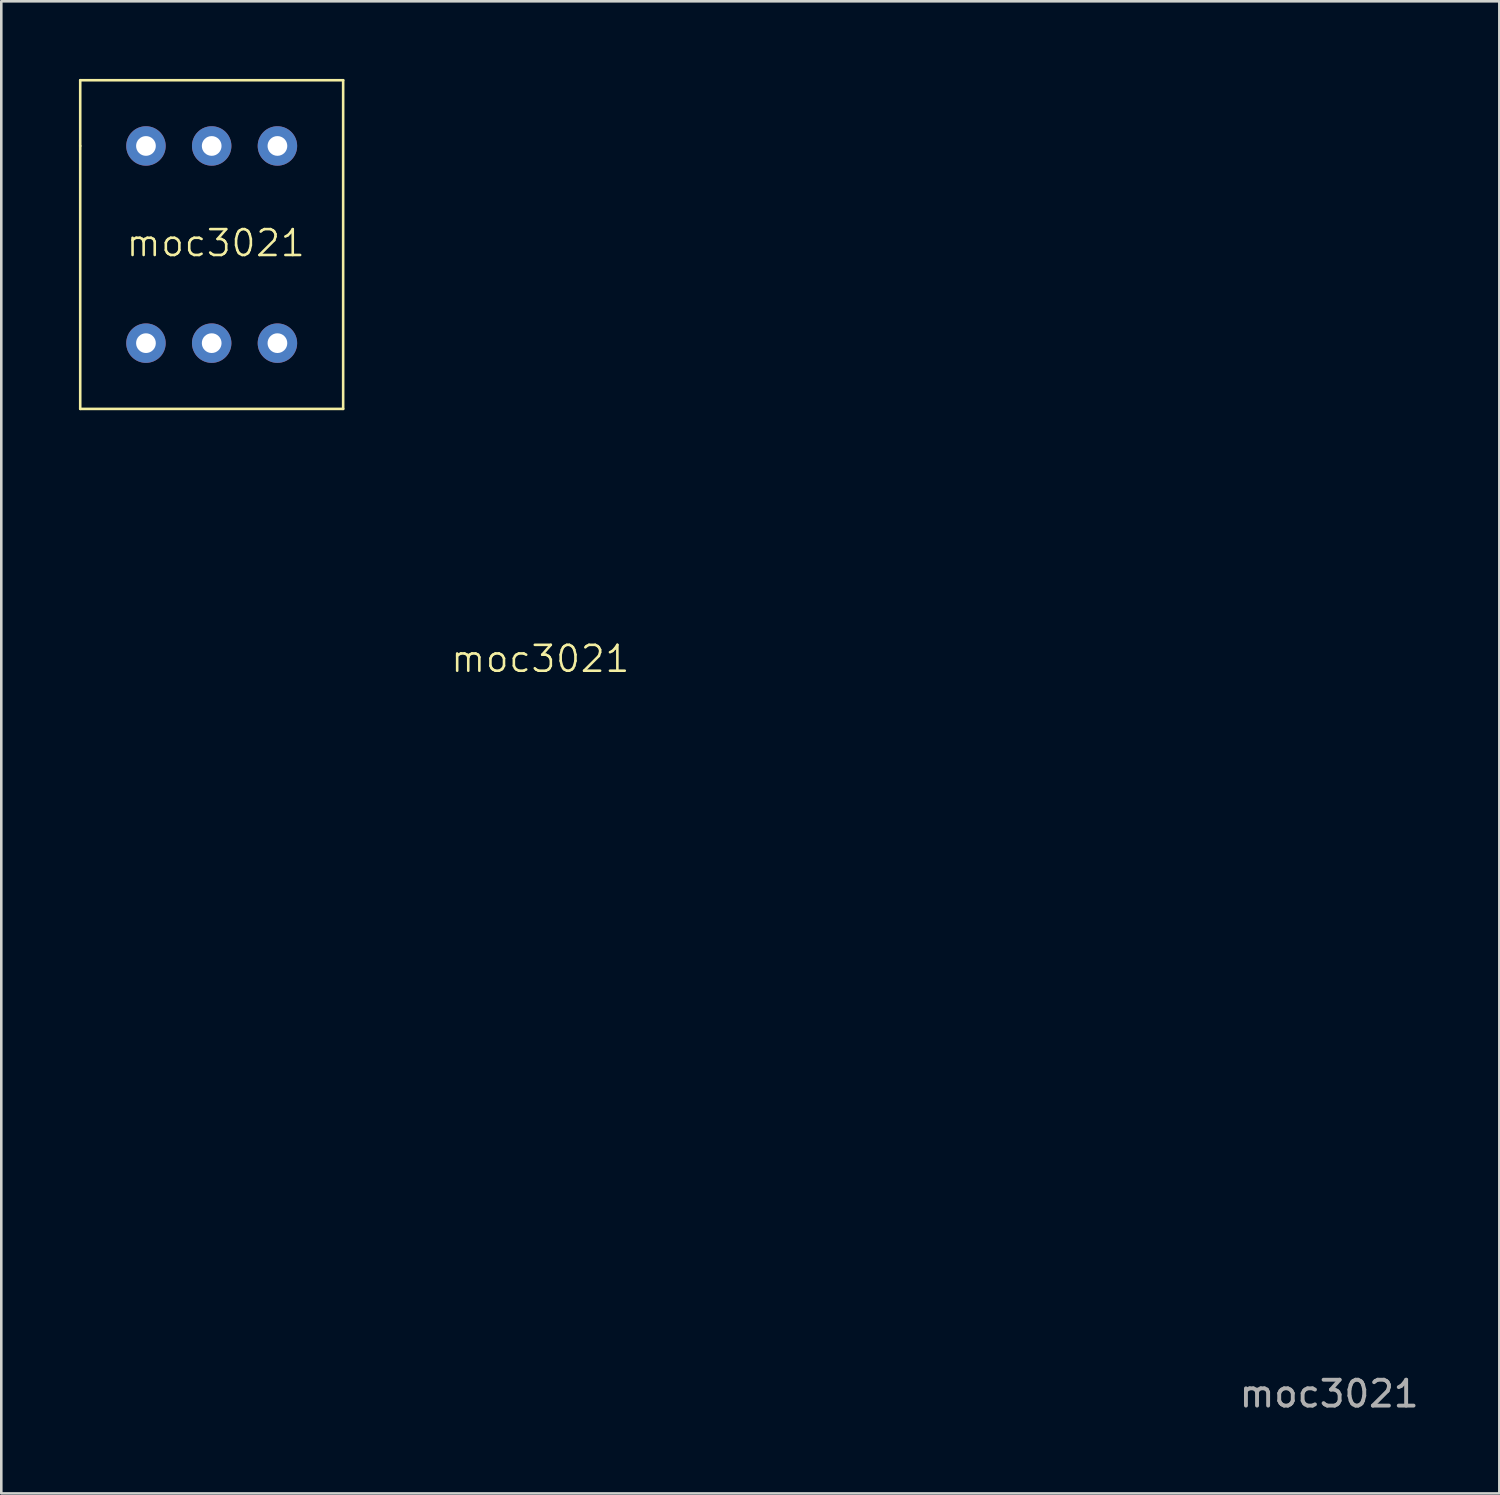
<source format=kicad_pcb>
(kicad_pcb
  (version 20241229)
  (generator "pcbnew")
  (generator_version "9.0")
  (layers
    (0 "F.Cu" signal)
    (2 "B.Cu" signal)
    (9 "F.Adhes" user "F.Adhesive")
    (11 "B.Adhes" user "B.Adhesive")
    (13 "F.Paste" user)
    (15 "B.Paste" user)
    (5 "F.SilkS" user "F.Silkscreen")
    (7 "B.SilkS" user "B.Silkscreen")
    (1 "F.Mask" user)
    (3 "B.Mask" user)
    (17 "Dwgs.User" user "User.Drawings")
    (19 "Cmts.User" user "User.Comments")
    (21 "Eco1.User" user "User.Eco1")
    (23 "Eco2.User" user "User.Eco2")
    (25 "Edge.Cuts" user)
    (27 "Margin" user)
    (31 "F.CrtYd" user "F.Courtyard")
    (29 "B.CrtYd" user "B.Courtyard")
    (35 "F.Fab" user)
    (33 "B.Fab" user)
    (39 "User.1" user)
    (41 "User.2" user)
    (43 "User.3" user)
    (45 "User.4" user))
  (footprint "moc3021"
    (layer "F.Cu")
    (at 48.31 48.31)
    (property "Reference" "moc3021" (at -30.48 -25.9 0) (unlocked yes) (layer "F.SilkS") (effects (font (size 1 1) (thickness 0.1))))
    (attr through_hole)
    (fp_line (start -48.26 -48.26) (end -48.26 -45.72) (stroke (width 0.1) (type default)) (layer "F.SilkS"))
    (fp_line (start -48.26 -45.72) (end -48.26 -35.56) (stroke (width 0.1) (type default)) (layer "F.SilkS"))
    (fp_line (start -48.26 -35.56) (end -38.1 -35.56) (stroke (width 0.1) (type default)) (layer "F.SilkS"))
    (fp_line (start -38.1 -48.26) (end -48.26 -48.26) (stroke (width 0.1) (type default)) (layer "F.SilkS"))
    (fp_line (start -38.1 -35.56) (end -38.1 -48.26) (stroke (width 0.1) (type default)) (layer "F.SilkS"))
    (fp_text user "moc3021" (at -46.542 -41.379 0) (unlocked yes) (layer "F.SilkS") (effects (font (size 1 1) (thickness 0.1)) (justify left bottom)))
    (fp_text user "${REFERENCE}" (at 0 2.5 0) (unlocked yes) (layer "F.Fab") (effects (font (size 1 1) (thickness 0.15))))
    (pad "1" thru_hole circle (at -45.72 -45.72) (size 1.524 1.524) (drill 0.762) (layers "*.Cu" "*.Mask"))
    (pad "2" thru_hole circle (at -43.18 -45.72) (size 1.524 1.524) (drill 0.762) (layers "*.Cu" "*.Mask"))
    (pad "3" thru_hole circle (at -40.64 -45.72) (size 1.524 1.524) (drill 0.762) (layers "*.Cu" "*.Mask"))
    (pad "4" thru_hole circle (at -45.72 -38.1) (size 1.524 1.524) (drill 0.762) (layers "*.Cu" "*.Mask"))
    (pad "5" thru_hole circle (at -43.18 -38.1) (size 1.524 1.524) (drill 0.762) (layers "*.Cu" "*.Mask"))
    (pad "6" thru_hole circle (at -40.64 -38.1) (size 1.524 1.524) (drill 0.762) (layers "*.Cu" "*.Mask")))
  (gr_rect
    (start -3 -3)
    (end 54.887 54.658)
    (stroke (width 0.1) (type default))
    (fill no)
    (layer "Edge.Cuts")))
</source>
